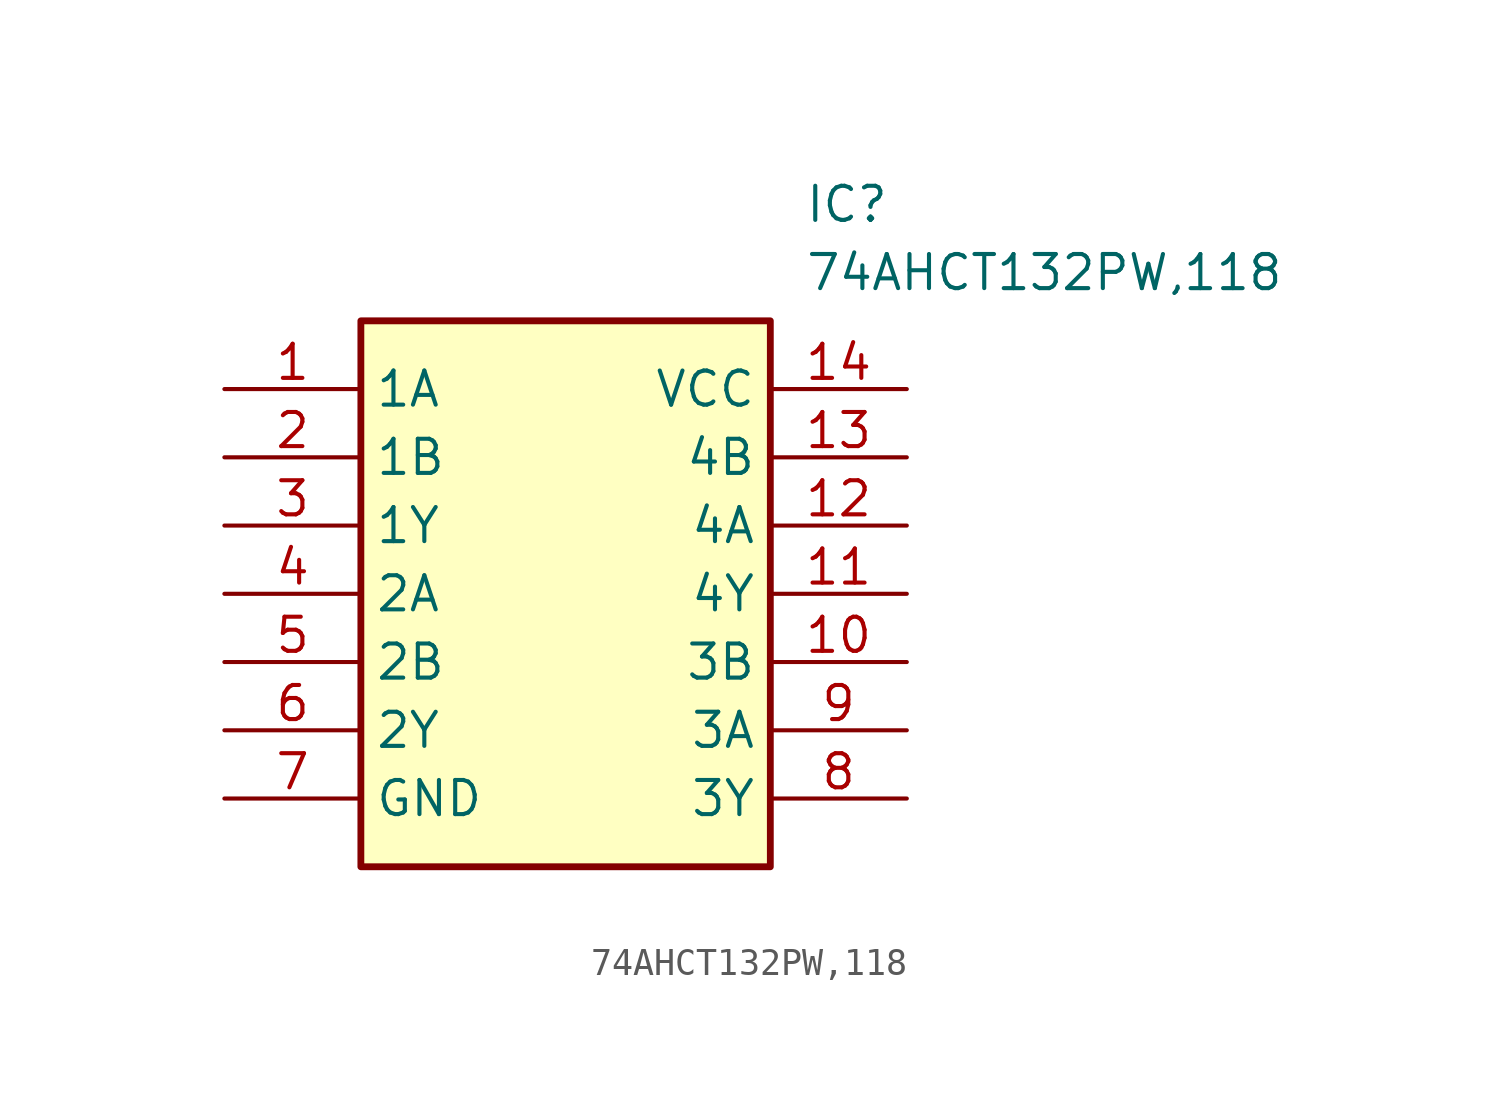
<source format=kicad_sym>
(kicad_symbol_lib
  (version 20211014)
  (generator SamacSys_ECAD_Model)
  (symbol "74AHCT132PW,118"
    (property "Reference" "IC"
      (at 21.59 7.62 0)
      (effects (font (size 1.27 1.27)) (justify left top)))
    (property "Value" "74AHCT132PW,118"
      (at 21.59 5.08 0)
      (effects (font (size 1.27 1.27)) (justify left top)))
    (rectangle
      (start 5.08 2.54)
      (end 20.32 -17.78)
      (stroke (width 0.254) (type default))
      (fill (type background)))
    (pin passive line
      (at 0 0 0)
      (length 5.08)
      (name "1A" (effects (font (size 1.27 1.27))))
      (number "1" (effects (font (size 1.27 1.27)))))
    (pin passive line
      (at 0 -2.54 0)
      (length 5.08)
      (name "1B" (effects (font (size 1.27 1.27))))
      (number "2" (effects (font (size 1.27 1.27)))))
    (pin passive line
      (at 0 -5.08 0)
      (length 5.08)
      (name "1Y" (effects (font (size 1.27 1.27))))
      (number "3" (effects (font (size 1.27 1.27)))))
    (pin passive line
      (at 0 -7.62 0)
      (length 5.08)
      (name "2A" (effects (font (size 1.27 1.27))))
      (number "4" (effects (font (size 1.27 1.27)))))
    (pin passive line
      (at 0 -10.16 0)
      (length 5.08)
      (name "2B" (effects (font (size 1.27 1.27))))
      (number "5" (effects (font (size 1.27 1.27)))))
    (pin passive line
      (at 0 -12.7 0)
      (length 5.08)
      (name "2Y" (effects (font (size 1.27 1.27))))
      (number "6" (effects (font (size 1.27 1.27)))))
    (pin passive line
      (at 0 -15.24 0)
      (length 5.08)
      (name "GND" (effects (font (size 1.27 1.27))))
      (number "7" (effects (font (size 1.27 1.27)))))
    (pin passive line
      (at 25.4 0 180)
      (length 5.08)
      (name "VCC" (effects (font (size 1.27 1.27))))
      (number "14" (effects (font (size 1.27 1.27)))))
    (pin passive line
      (at 25.4 -2.54 180)
      (length 5.08)
      (name "4B" (effects (font (size 1.27 1.27))))
      (number "13" (effects (font (size 1.27 1.27)))))
    (pin passive line
      (at 25.4 -5.08 180)
      (length 5.08)
      (name "4A" (effects (font (size 1.27 1.27))))
      (number "12" (effects (font (size 1.27 1.27)))))
    (pin passive line
      (at 25.4 -7.62 180)
      (length 5.08)
      (name "4Y" (effects (font (size 1.27 1.27))))
      (number "11" (effects (font (size 1.27 1.27)))))
    (pin passive line
      (at 25.4 -10.16 180)
      (length 5.08)
      (name "3B" (effects (font (size 1.27 1.27))))
      (number "10" (effects (font (size 1.27 1.27)))))
    (pin passive line
      (at 25.4 -12.7 180)
      (length 5.08)
      (name "3A" (effects (font (size 1.27 1.27))))
      (number "9" (effects (font (size 1.27 1.27)))))
    (pin passive line
      (at 25.4 -15.24 180)
      (length 5.08)
      (name "3Y" (effects (font (size 1.27 1.27))))
      (number "8" (effects (font (size 1.27 1.27)))))))
</source>
